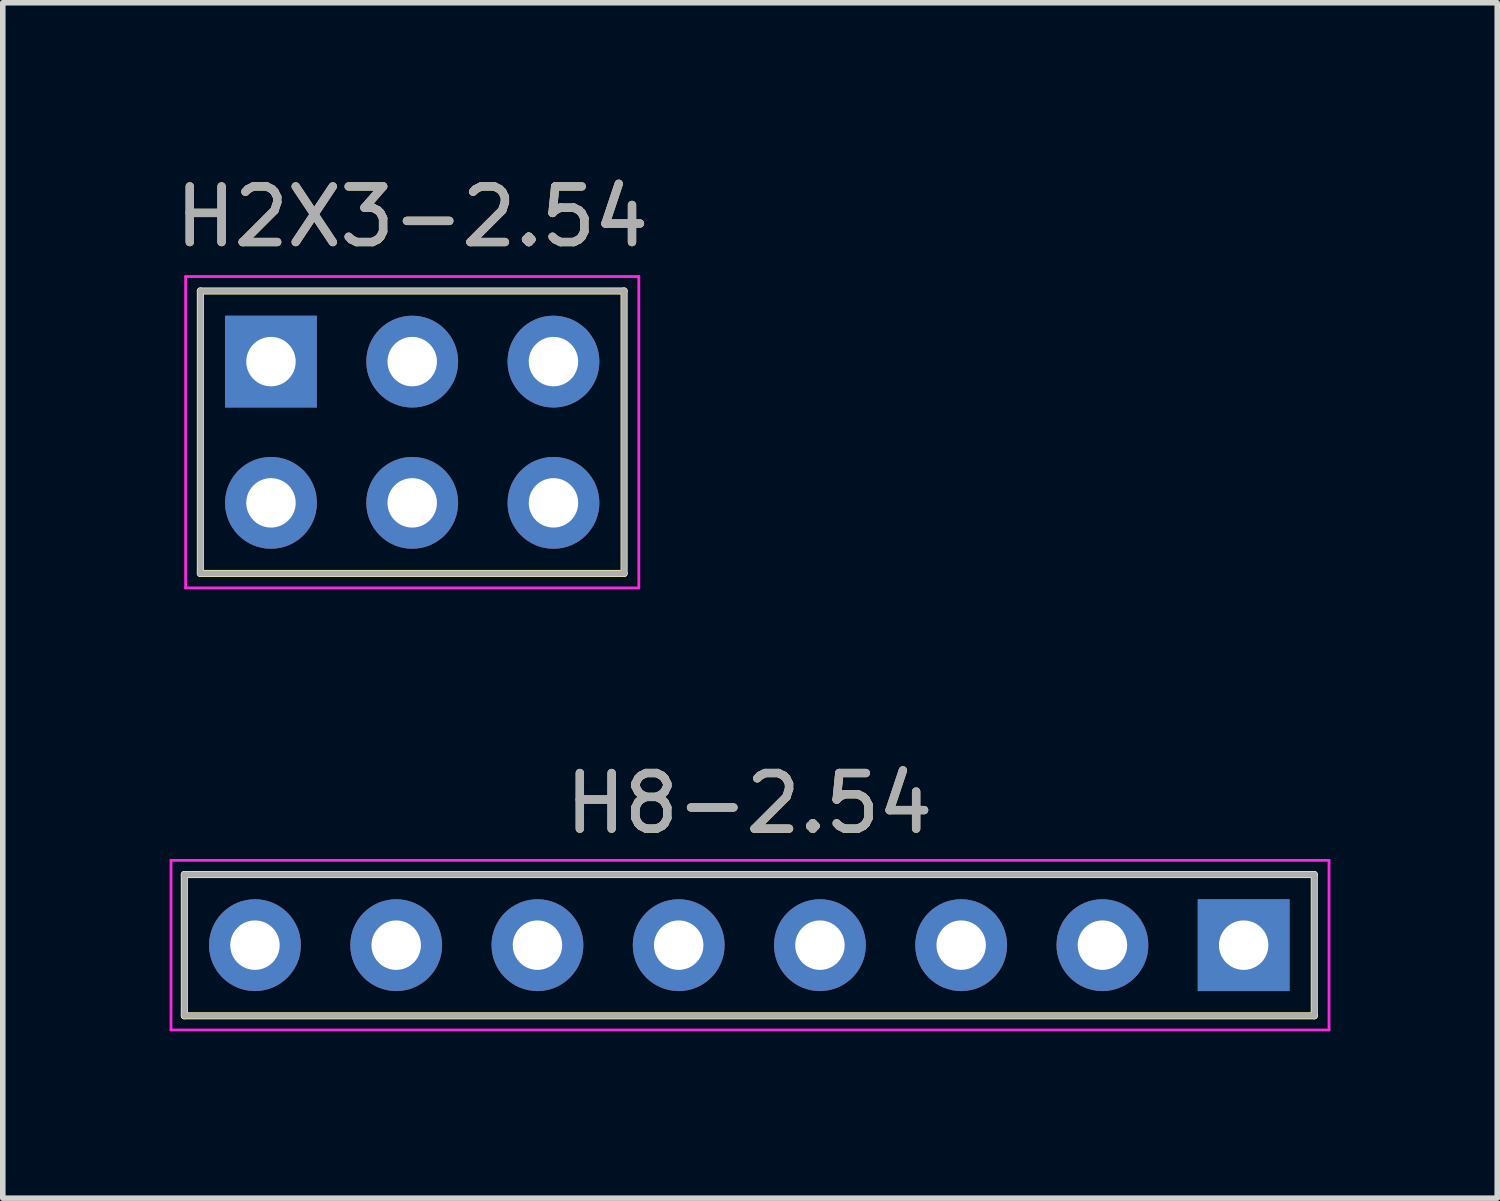
<source format=kicad_pcb>
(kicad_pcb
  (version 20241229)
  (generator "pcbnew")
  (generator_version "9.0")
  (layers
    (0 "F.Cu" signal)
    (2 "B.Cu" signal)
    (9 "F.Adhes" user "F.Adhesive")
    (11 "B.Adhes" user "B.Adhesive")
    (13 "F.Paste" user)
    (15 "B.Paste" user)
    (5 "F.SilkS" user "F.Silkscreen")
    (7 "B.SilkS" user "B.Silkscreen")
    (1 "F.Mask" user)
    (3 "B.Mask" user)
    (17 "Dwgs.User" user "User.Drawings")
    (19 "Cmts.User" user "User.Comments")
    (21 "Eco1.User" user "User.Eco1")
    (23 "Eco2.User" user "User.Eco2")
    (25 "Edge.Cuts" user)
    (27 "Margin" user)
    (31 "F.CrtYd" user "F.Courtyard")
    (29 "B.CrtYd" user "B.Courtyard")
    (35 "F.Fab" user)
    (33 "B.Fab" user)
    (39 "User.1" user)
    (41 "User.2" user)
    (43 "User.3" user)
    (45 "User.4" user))
  (footprint "H2X3-2.54"
    (layer "F.Cu")
    (at 4.363 4.723)
    (property "Reference" "H2X3-2.54" (at 0 -3.875 180) (layer "F.SilkS") (effects (font (size 1 1) (thickness 0.15))))
    (attr exclude_from_pos_files exclude_from_bom)
    (fp_line (start -3.81 -2.54) (end 3.81 -2.54) (stroke (width 0.127) (type solid)) (layer "F.SilkS"))
    (fp_line (start -3.81 2.54) (end -3.81 -2.54) (stroke (width 0.127) (type solid)) (layer "F.SilkS"))
    (fp_line (start 3.81 -2.54) (end 3.81 2.54) (stroke (width 0.127) (type solid)) (layer "F.SilkS"))
    (fp_line (start 3.81 2.54) (end -3.81 2.54) (stroke (width 0.127) (type solid)) (layer "F.SilkS"))
    (fp_line (start -4.075 -2.8) (end -4.075 2.8) (stroke (width 0.05) (type solid)) (layer "F.CrtYd"))
    (fp_line (start -4.075 2.8) (end 4.075 2.8) (stroke (width 0.05) (type solid)) (layer "F.CrtYd"))
    (fp_line (start 4.075 -2.8) (end -4.075 -2.8) (stroke (width 0.05) (type solid)) (layer "F.CrtYd"))
    (fp_line (start 4.075 2.8) (end 4.075 -2.8) (stroke (width 0.05) (type solid)) (layer "F.CrtYd"))
    (fp_line (start -3.81 2.54) (end -3.81 -2.54) (stroke (width 0.1) (type solid)) (layer "F.Fab"))
    (fp_line (start 3.81 -2.54) (end -3.81 -2.54) (stroke (width 0.1) (type solid)) (layer "F.Fab"))
    (fp_line (start 3.81 -2.54) (end 3.81 2.54) (stroke (width 0.1) (type solid)) (layer "F.Fab"))
    (fp_line (start 3.81 2.54) (end -3.81 2.54) (stroke (width 0.1) (type solid)) (layer "F.Fab"))
    (fp_text user "${REFERENCE}" (at 0 -3.875 0) (layer "F.Fab") (effects (font (size 1 1) (thickness 0.15))))
    (pad "1" thru_hole rect (at -2.54 -1.27 90) (size 1.651 1.651) (drill 0.889) (layers "*.Cu" "*.Mask"))
    (pad "2" thru_hole circle (at 0 -1.27 90) (size 1.651 1.651) (drill 0.889) (layers "*.Cu" "*.Mask"))
    (pad "3" thru_hole circle (at 2.54 -1.27 90) (size 1.651 1.651) (drill 0.889) (layers "*.Cu" "*.Mask"))
    (pad "4" thru_hole circle (at -2.54 1.27 90) (size 1.651 1.651) (drill 0.889) (layers "*.Cu" "*.Mask"))
    (pad "5" thru_hole circle (at 0 1.27 90) (size 1.651 1.651) (drill 0.889) (layers "*.Cu" "*.Mask"))
    (pad "6" thru_hole circle (at 2.54 1.27 90) (size 1.651 1.651) (drill 0.889) (layers "*.Cu" "*.Mask")))
  (footprint "H8-2.54"
    (layer "F.Cu")
    (at 10.425 13.947)
    (property "Reference" "H8-2.54" (at 0 -2.55 0) (layer "F.SilkS") (effects (font (size 1 1) (thickness 0.15))))
    (attr exclude_from_pos_files exclude_from_bom)
    (fp_line (start -10.16 -1.27) (end 10.16 -1.27) (stroke (width 0.127) (type solid)) (layer "F.SilkS"))
    (fp_line (start -10.16 1.27) (end -10.16 -1.27) (stroke (width 0.127) (type solid)) (layer "F.SilkS"))
    (fp_line (start 10.16 -1.27) (end 10.16 1.27) (stroke (width 0.127) (type solid)) (layer "F.SilkS"))
    (fp_line (start 10.16 1.27) (end -10.16 1.27) (stroke (width 0.127) (type solid)) (layer "F.SilkS"))
    (fp_line (start -10.4 -1.525) (end 10.425 -1.525) (stroke (width 0.05) (type solid)) (layer "F.CrtYd"))
    (fp_line (start -10.4 1.525) (end -10.4 -1.525) (stroke (width 0.05) (type solid)) (layer "F.CrtYd"))
    (fp_line (start 10.425 -1.525) (end 10.425 1.525) (stroke (width 0.05) (type solid)) (layer "F.CrtYd"))
    (fp_line (start 10.425 1.525) (end -10.4 1.525) (stroke (width 0.05) (type solid)) (layer "F.CrtYd"))
    (fp_line (start -10.16 -1.27) (end -10.16 1.27) (stroke (width 0.1) (type solid)) (layer "F.Fab"))
    (fp_line (start -10.16 -1.27) (end 10.16 -1.27) (stroke (width 0.1) (type solid)) (layer "F.Fab"))
    (fp_line (start -10.16 1.27) (end 10.16 1.27) (stroke (width 0.1) (type solid)) (layer "F.Fab"))
    (fp_line (start 10.16 -1.27) (end 10.16 1.27) (stroke (width 0.1) (type solid)) (layer "F.Fab"))
    (fp_text user "${REFERENCE}" (at 0 -2.55 0) (layer "F.Fab") (effects (font (size 1 1) (thickness 0.15))))
    (pad "1" thru_hole rect (at 8.89 0 270) (size 1.651 1.651) (drill 0.889) (layers "*.Cu" "*.Mask"))
    (pad "2" thru_hole circle (at 6.35 0 270) (size 1.651 1.651) (drill 0.889) (layers "*.Cu" "*.Mask"))
    (pad "3" thru_hole circle (at 3.81 0 270) (size 1.651 1.651) (drill 0.889) (layers "*.Cu" "*.Mask"))
    (pad "4" thru_hole circle (at 1.27 0 270) (size 1.651 1.651) (drill 0.889) (layers "*.Cu" "*.Mask"))
    (pad "5" thru_hole circle (at -1.27 0 270) (size 1.651 1.651) (drill 0.889) (layers "*.Cu" "*.Mask"))
    (pad "6" thru_hole circle (at -3.81 0 270) (size 1.651 1.651) (drill 0.889) (layers "*.Cu" "*.Mask"))
    (pad "7" thru_hole circle (at -6.35 0 270) (size 1.651 1.651) (drill 0.889) (layers "*.Cu" "*.Mask"))
    (pad "8" thru_hole circle (at -8.89 0 270) (size 1.651 1.651) (drill 0.889) (layers "*.Cu" "*.Mask")))
  (gr_rect
    (start -3 -3)
    (end 23.875 18.497)
    (stroke (width 0.1) (type default))
    (fill no)
    (layer "Edge.Cuts")))
</source>
